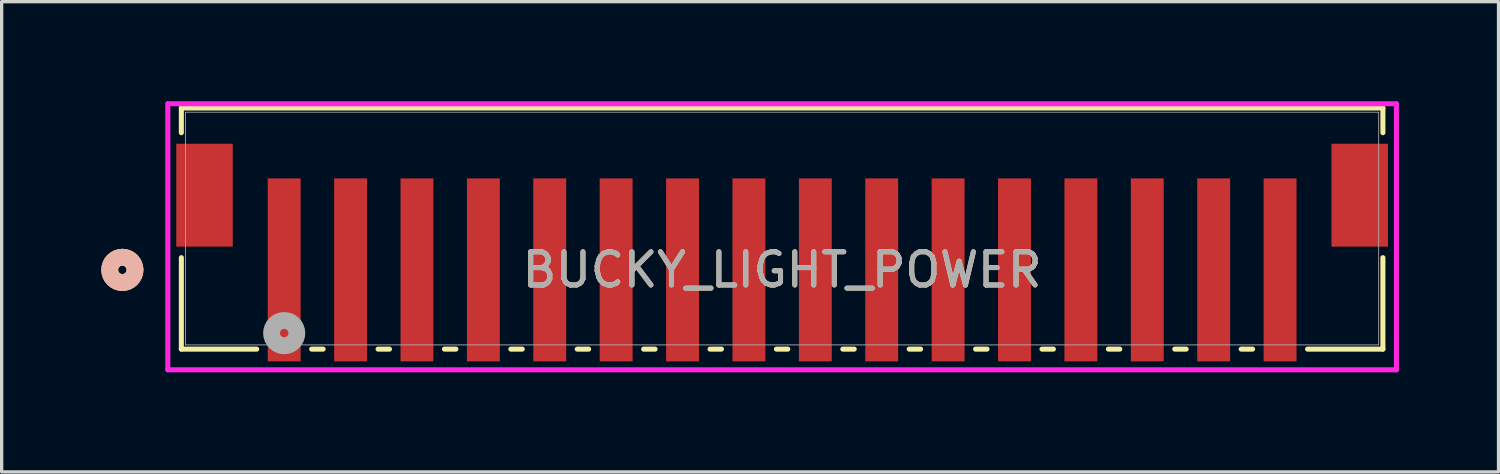
<source format=kicad_pcb>
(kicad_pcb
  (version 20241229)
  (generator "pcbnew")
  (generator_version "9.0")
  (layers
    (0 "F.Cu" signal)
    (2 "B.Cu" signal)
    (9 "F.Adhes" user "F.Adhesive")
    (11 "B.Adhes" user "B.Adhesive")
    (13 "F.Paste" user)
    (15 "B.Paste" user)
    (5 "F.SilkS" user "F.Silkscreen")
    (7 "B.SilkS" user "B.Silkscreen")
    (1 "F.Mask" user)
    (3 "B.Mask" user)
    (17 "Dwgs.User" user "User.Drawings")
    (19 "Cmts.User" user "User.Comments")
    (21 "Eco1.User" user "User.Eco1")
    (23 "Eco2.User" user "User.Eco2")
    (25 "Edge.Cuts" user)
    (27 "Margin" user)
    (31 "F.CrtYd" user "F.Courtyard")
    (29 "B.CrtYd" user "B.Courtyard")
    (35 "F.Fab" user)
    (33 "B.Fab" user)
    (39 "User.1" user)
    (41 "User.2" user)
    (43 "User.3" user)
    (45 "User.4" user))
  (footprint "BUCKY_LIGHT_POWER"
    (layer "F.Cu")
    (at 20.511 3.835)
    (property "Reference" "BUCKY_LIGHT_POWER" (at 0 1.245 0) (unlocked yes) (layer "F.SilkS") (effects (font (size 1 1) (thickness 0.15))))
    (attr smd)
    (fp_line (start -18.098 -3.632) (end -18.098 -2.887) (stroke (width 0.152) (type solid)) (layer "F.SilkS"))
    (fp_line (start -18.098 0.877) (end -18.098 3.632) (stroke (width 0.152) (type solid)) (layer "F.SilkS"))
    (fp_line (start -18.098 3.632) (end -15.828 3.632) (stroke (width 0.152) (type solid)) (layer "F.SilkS"))
    (fp_line (start -14.172 3.632) (end -13.828 3.632) (stroke (width 0.152) (type solid)) (layer "F.SilkS"))
    (fp_line (start -12.172 3.632) (end -11.828 3.632) (stroke (width 0.152) (type solid)) (layer "F.SilkS"))
    (fp_line (start -10.172 3.632) (end -9.828 3.632) (stroke (width 0.152) (type solid)) (layer "F.SilkS"))
    (fp_line (start -8.172 3.632) (end -7.828 3.632) (stroke (width 0.152) (type solid)) (layer "F.SilkS"))
    (fp_line (start -6.172 3.632) (end -5.828 3.632) (stroke (width 0.152) (type solid)) (layer "F.SilkS"))
    (fp_line (start -4.172 3.632) (end -3.828 3.632) (stroke (width 0.152) (type solid)) (layer "F.SilkS"))
    (fp_line (start -2.172 3.632) (end -1.828 3.632) (stroke (width 0.152) (type solid)) (layer "F.SilkS"))
    (fp_line (start -0.172 3.632) (end 0.172 3.632) (stroke (width 0.152) (type solid)) (layer "F.SilkS"))
    (fp_line (start 1.828 3.632) (end 2.172 3.632) (stroke (width 0.152) (type solid)) (layer "F.SilkS"))
    (fp_line (start 3.828 3.632) (end 4.172 3.632) (stroke (width 0.152) (type solid)) (layer "F.SilkS"))
    (fp_line (start 5.828 3.632) (end 6.172 3.632) (stroke (width 0.152) (type solid)) (layer "F.SilkS"))
    (fp_line (start 7.828 3.632) (end 8.172 3.632) (stroke (width 0.152) (type solid)) (layer "F.SilkS"))
    (fp_line (start 9.828 3.632) (end 10.172 3.632) (stroke (width 0.152) (type solid)) (layer "F.SilkS"))
    (fp_line (start 11.828 3.632) (end 12.172 3.632) (stroke (width 0.152) (type solid)) (layer "F.SilkS"))
    (fp_line (start 13.828 3.632) (end 14.172 3.632) (stroke (width 0.152) (type solid)) (layer "F.SilkS"))
    (fp_line (start 15.828 3.632) (end 18.098 3.632) (stroke (width 0.152) (type solid)) (layer "F.SilkS"))
    (fp_line (start 18.098 -3.632) (end -18.098 -3.632) (stroke (width 0.152) (type solid)) (layer "F.SilkS"))
    (fp_line (start 18.098 -2.887) (end 18.098 -3.632) (stroke (width 0.152) (type solid)) (layer "F.SilkS"))
    (fp_line (start 18.098 3.632) (end 18.098 0.877) (stroke (width 0.152) (type solid)) (layer "F.SilkS"))
    (fp_circle (center -19.875 1.245) (end -19.494 1.245) (stroke (width 0.508) (type solid)) (fill no) (layer "F.SilkS"))
    (fp_circle (center -19.875 1.245) (end -19.494 1.245) (stroke (width 0.508) (type solid)) (fill no) (layer "B.SilkS"))
    (fp_line (start -18.505 -3.759) (end -18.505 4.255) (stroke (width 0.152) (type solid)) (layer "F.CrtYd"))
    (fp_line (start -18.505 4.255) (end 18.505 4.255) (stroke (width 0.152) (type solid)) (layer "F.CrtYd"))
    (fp_line (start 18.505 -3.759) (end -18.505 -3.759) (stroke (width 0.152) (type solid)) (layer "F.CrtYd"))
    (fp_line (start 18.505 4.255) (end 18.505 -3.759) (stroke (width 0.152) (type solid)) (layer "F.CrtYd"))
    (fp_line (start -17.971 -3.505) (end -17.971 3.505) (stroke (width 0.025) (type solid)) (layer "F.Fab"))
    (fp_line (start -17.971 3.505) (end 17.971 3.505) (stroke (width 0.025) (type solid)) (layer "F.Fab"))
    (fp_line (start 17.971 -3.505) (end -17.971 -3.505) (stroke (width 0.025) (type solid)) (layer "F.Fab"))
    (fp_line (start 17.971 3.505) (end 17.971 -3.505) (stroke (width 0.025) (type solid)) (layer "F.Fab"))
    (fp_circle (center -15 3.15) (end -14.619 3.15) (stroke (width 0.508) (type solid)) (fill no) (layer "F.Fab"))
    (fp_text user "${REFERENCE}" (at 0 1.245 0) (unlocked yes) (layer "F.Fab") (effects (font (size 1 1) (thickness 0.15))))
    (pad "1" smd rect (at -15 1.245) (size 0.991 5.512) (layers "F.Cu" "F.Mask" "F.Paste"))
    (pad "2" smd rect (at -13 1.245) (size 0.991 5.512) (layers "F.Cu" "F.Mask" "F.Paste"))
    (pad "3" smd rect (at -11 1.245) (size 0.991 5.512) (layers "F.Cu" "F.Mask" "F.Paste"))
    (pad "4" smd rect (at -9 1.245) (size 0.991 5.512) (layers "F.Cu" "F.Mask" "F.Paste"))
    (pad "5" smd rect (at -7 1.245) (size 0.991 5.512) (layers "F.Cu" "F.Mask" "F.Paste"))
    (pad "6" smd rect (at -5 1.245) (size 0.991 5.512) (layers "F.Cu" "F.Mask" "F.Paste"))
    (pad "7" smd rect (at -3 1.245) (size 0.991 5.512) (layers "F.Cu" "F.Mask" "F.Paste"))
    (pad "8" smd rect (at -1 1.245) (size 0.991 5.512) (layers "F.Cu" "F.Mask" "F.Paste"))
    (pad "9" smd rect (at 1 1.245) (size 0.991 5.512) (layers "F.Cu" "F.Mask" "F.Paste"))
    (pad "10" smd rect (at 3 1.245) (size 0.991 5.512) (layers "F.Cu" "F.Mask" "F.Paste"))
    (pad "11" smd rect (at 5 1.245) (size 0.991 5.512) (layers "F.Cu" "F.Mask" "F.Paste"))
    (pad "12" smd rect (at 7 1.245) (size 0.991 5.512) (layers "F.Cu" "F.Mask" "F.Paste"))
    (pad "13" smd rect (at 9 1.245) (size 0.991 5.512) (layers "F.Cu" "F.Mask" "F.Paste"))
    (pad "14" smd rect (at 11 1.245) (size 0.991 5.512) (layers "F.Cu" "F.Mask" "F.Paste"))
    (pad "15" smd rect (at 13 1.245) (size 0.991 5.512) (layers "F.Cu" "F.Mask" "F.Paste"))
    (pad "16" smd rect (at 15 1.245) (size 0.991 5.512) (layers "F.Cu" "F.Mask" "F.Paste"))
    (pad "17" smd rect (at -17.4 -1.005) (size 1.702 3.099) (layers "F.Cu" "F.Mask" "F.Paste"))
    (pad "18" smd rect (at 17.4 -1.005) (size 1.702 3.099) (layers "F.Cu" "F.Mask" "F.Paste")))
  (gr_rect
    (start -3 -3)
    (end 42.092 11.166)
    (stroke (width 0.1) (type default))
    (fill no)
    (layer "Edge.Cuts")))
</source>
